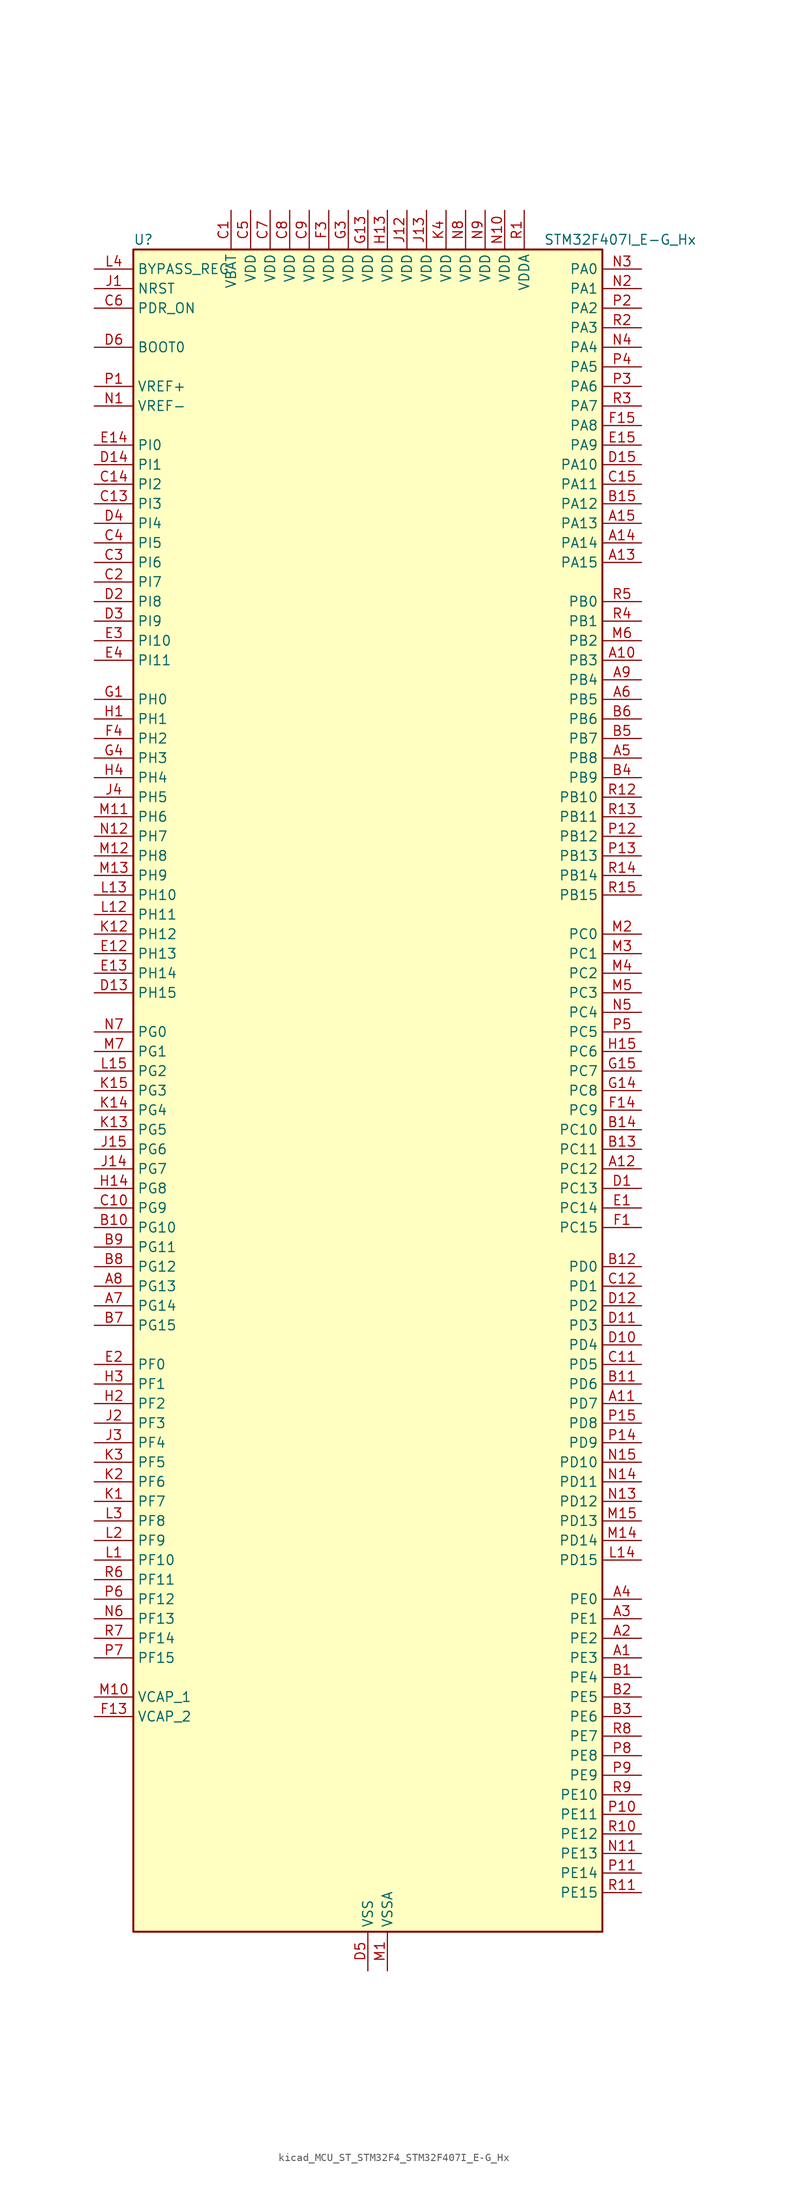
<source format=kicad_sym>
(kicad_symbol_lib
  (version 20220914)
  (generator kicad_symbol_editor)
  (symbol "kicad_MCU_ST_STM32F4_STM32F407I_E-G_Hx"
    (property "Reference" "U"
      (at -30.48 110.49 0)
      (effects (font (size 1.27 1.27)) (justify left)))
    (property "Value" "STM32F407I_E-G_Hx"
      (at 22.86 110.49 0)
      (effects (font (size 1.27 1.27)) (justify left)))
    (property "ki_locked" ""
      (at 0 0 0)
      (effects (font (size 1.27 1.27))))
    (symbol "kicad_MCU_ST_STM32F4_STM32F407I_E-G_Hx_0_1"
      (rectangle (start -30.48 -109.22) (end 30.48 109.22) (stroke (width 0.254) (type default)) (fill (type background))))
    (symbol "kicad_MCU_ST_STM32F4_STM32F407I_E-G_Hx_1_1"
      (pin bidirectional line (at 35.56 -73.66 180) (length 5.08) (name "PE3" (effects (font (size 1.27 1.27)))) (number "A1" (effects (font (size 1.27 1.27)))) (alternate "FSMC_A19" bidirectional line) (alternate "SYS_TRACED0" bidirectional line))
      (pin bidirectional line (at 35.56 55.88 180) (length 5.08) (name "PB3" (effects (font (size 1.27 1.27)))) (number "A10" (effects (font (size 1.27 1.27)))) (alternate "I2S3_CK" bidirectional line) (alternate "SPI1_SCK" bidirectional line) (alternate "SPI3_SCK" bidirectional line) (alternate "SYS_JTDO-SWO" bidirectional line) (alternate "TIM2_CH2" bidirectional line))
      (pin bidirectional line (at 35.56 -40.64 180) (length 5.08) (name "PD7" (effects (font (size 1.27 1.27)))) (number "A11" (effects (font (size 1.27 1.27)))) (alternate "FSMC_NCE2" bidirectional line) (alternate "FSMC_NE1" bidirectional line) (alternate "USART2_CK" bidirectional line))
      (pin bidirectional line (at 35.56 -10.16 180) (length 5.08) (name "PC12" (effects (font (size 1.27 1.27)))) (number "A12" (effects (font (size 1.27 1.27)))) (alternate "DCMI_D9" bidirectional line) (alternate "I2S3_SD" bidirectional line) (alternate "SDIO_CK" bidirectional line) (alternate "SPI3_MOSI" bidirectional line) (alternate "UART5_TX" bidirectional line) (alternate "USART3_CK" bidirectional line))
      (pin bidirectional line (at 35.56 68.58 180) (length 5.08) (name "PA15" (effects (font (size 1.27 1.27)))) (number "A13" (effects (font (size 1.27 1.27)))) (alternate "ADC1_EXTI15" bidirectional line) (alternate "ADC2_EXTI15" bidirectional line) (alternate "ADC3_EXTI15" bidirectional line) (alternate "I2S3_WS" bidirectional line) (alternate "SPI1_NSS" bidirectional line) (alternate "SPI3_NSS" bidirectional line) (alternate "SYS_JTDI" bidirectional line) (alternate "TIM2_CH1" bidirectional line) (alternate "TIM2_ETR" bidirectional line))
      (pin bidirectional line (at 35.56 71.12 180) (length 5.08) (name "PA14" (effects (font (size 1.27 1.27)))) (number "A14" (effects (font (size 1.27 1.27)))) (alternate "SYS_JTCK-SWCLK" bidirectional line))
      (pin bidirectional line (at 35.56 73.66 180) (length 5.08) (name "PA13" (effects (font (size 1.27 1.27)))) (number "A15" (effects (font (size 1.27 1.27)))) (alternate "SYS_JTMS-SWDIO" bidirectional line))
      (pin bidirectional line (at 35.56 -71.12 180) (length 5.08) (name "PE2" (effects (font (size 1.27 1.27)))) (number "A2" (effects (font (size 1.27 1.27)))) (alternate "ETH_TXD3" bidirectional line) (alternate "FSMC_A23" bidirectional line) (alternate "SYS_TRACECLK" bidirectional line))
      (pin bidirectional line (at 35.56 -68.58 180) (length 5.08) (name "PE1" (effects (font (size 1.27 1.27)))) (number "A3" (effects (font (size 1.27 1.27)))) (alternate "DCMI_D3" bidirectional line) (alternate "FSMC_NBL1" bidirectional line))
      (pin bidirectional line (at 35.56 -66.04 180) (length 5.08) (name "PE0" (effects (font (size 1.27 1.27)))) (number "A4" (effects (font (size 1.27 1.27)))) (alternate "DCMI_D2" bidirectional line) (alternate "FSMC_NBL0" bidirectional line) (alternate "TIM4_ETR" bidirectional line))
      (pin bidirectional line (at 35.56 43.18 180) (length 5.08) (name "PB8" (effects (font (size 1.27 1.27)))) (number "A5" (effects (font (size 1.27 1.27)))) (alternate "CAN1_RX" bidirectional line) (alternate "DCMI_D6" bidirectional line) (alternate "ETH_TXD3" bidirectional line) (alternate "I2C1_SCL" bidirectional line) (alternate "SDIO_D4" bidirectional line) (alternate "TIM10_CH1" bidirectional line) (alternate "TIM4_CH3" bidirectional line))
      (pin bidirectional line (at 35.56 50.8 180) (length 5.08) (name "PB5" (effects (font (size 1.27 1.27)))) (number "A6" (effects (font (size 1.27 1.27)))) (alternate "CAN2_RX" bidirectional line) (alternate "DCMI_D10" bidirectional line) (alternate "ETH_PPS_OUT" bidirectional line) (alternate "I2C1_SMBA" bidirectional line) (alternate "I2S3_SD" bidirectional line) (alternate "SPI1_MOSI" bidirectional line) (alternate "SPI3_MOSI" bidirectional line) (alternate "TIM3_CH2" bidirectional line) (alternate "USB_OTG_HS_ULPI_D7" bidirectional line))
      (pin bidirectional line (at -35.56 -27.94 0) (length 5.08) (name "PG14" (effects (font (size 1.27 1.27)))) (number "A7" (effects (font (size 1.27 1.27)))) (alternate "ETH_TXD1" bidirectional line) (alternate "FSMC_A25" bidirectional line) (alternate "USART6_TX" bidirectional line))
      (pin bidirectional line (at -35.56 -25.4 0) (length 5.08) (name "PG13" (effects (font (size 1.27 1.27)))) (number "A8" (effects (font (size 1.27 1.27)))) (alternate "ETH_TXD0" bidirectional line) (alternate "FSMC_A24" bidirectional line) (alternate "USART6_CTS" bidirectional line))
      (pin bidirectional line (at 35.56 53.34 180) (length 5.08) (name "PB4" (effects (font (size 1.27 1.27)))) (number "A9" (effects (font (size 1.27 1.27)))) (alternate "I2S3_ext_SD" bidirectional line) (alternate "SPI1_MISO" bidirectional line) (alternate "SPI3_MISO" bidirectional line) (alternate "SYS_JTRST" bidirectional line) (alternate "TIM3_CH1" bidirectional line))
      (pin bidirectional line (at 35.56 -76.2 180) (length 5.08) (name "PE4" (effects (font (size 1.27 1.27)))) (number "B1" (effects (font (size 1.27 1.27)))) (alternate "DCMI_D4" bidirectional line) (alternate "FSMC_A20" bidirectional line) (alternate "SYS_TRACED1" bidirectional line))
      (pin bidirectional line (at -35.56 -17.78 0) (length 5.08) (name "PG10" (effects (font (size 1.27 1.27)))) (number "B10" (effects (font (size 1.27 1.27)))) (alternate "FSMC_NCE4_1" bidirectional line) (alternate "FSMC_NE3" bidirectional line))
      (pin bidirectional line (at 35.56 -38.1 180) (length 5.08) (name "PD6" (effects (font (size 1.27 1.27)))) (number "B11" (effects (font (size 1.27 1.27)))) (alternate "FSMC_NWAIT" bidirectional line) (alternate "USART2_RX" bidirectional line))
      (pin bidirectional line (at 35.56 -22.86 180) (length 5.08) (name "PD0" (effects (font (size 1.27 1.27)))) (number "B12" (effects (font (size 1.27 1.27)))) (alternate "CAN1_RX" bidirectional line) (alternate "FSMC_D2" bidirectional line) (alternate "FSMC_DA2" bidirectional line))
      (pin bidirectional line (at 35.56 -7.62 180) (length 5.08) (name "PC11" (effects (font (size 1.27 1.27)))) (number "B13" (effects (font (size 1.27 1.27)))) (alternate "ADC1_EXTI11" bidirectional line) (alternate "ADC2_EXTI11" bidirectional line) (alternate "ADC3_EXTI11" bidirectional line) (alternate "DCMI_D4" bidirectional line) (alternate "I2S3_ext_SD" bidirectional line) (alternate "SDIO_D3" bidirectional line) (alternate "SPI3_MISO" bidirectional line) (alternate "UART4_RX" bidirectional line) (alternate "USART3_RX" bidirectional line))
      (pin bidirectional line (at 35.56 -5.08 180) (length 5.08) (name "PC10" (effects (font (size 1.27 1.27)))) (number "B14" (effects (font (size 1.27 1.27)))) (alternate "DCMI_D8" bidirectional line) (alternate "I2S3_CK" bidirectional line) (alternate "SDIO_D2" bidirectional line) (alternate "SPI3_SCK" bidirectional line) (alternate "UART4_TX" bidirectional line) (alternate "USART3_TX" bidirectional line))
      (pin bidirectional line (at 35.56 76.2 180) (length 5.08) (name "PA12" (effects (font (size 1.27 1.27)))) (number "B15" (effects (font (size 1.27 1.27)))) (alternate "CAN1_TX" bidirectional line) (alternate "TIM1_ETR" bidirectional line) (alternate "USART1_RTS" bidirectional line) (alternate "USB_OTG_FS_DP" bidirectional line))
      (pin bidirectional line (at 35.56 -78.74 180) (length 5.08) (name "PE5" (effects (font (size 1.27 1.27)))) (number "B2" (effects (font (size 1.27 1.27)))) (alternate "DCMI_D6" bidirectional line) (alternate "FSMC_A21" bidirectional line) (alternate "SYS_TRACED2" bidirectional line) (alternate "TIM9_CH1" bidirectional line))
      (pin bidirectional line (at 35.56 -81.28 180) (length 5.08) (name "PE6" (effects (font (size 1.27 1.27)))) (number "B3" (effects (font (size 1.27 1.27)))) (alternate "DCMI_D7" bidirectional line) (alternate "FSMC_A22" bidirectional line) (alternate "SYS_TRACED3" bidirectional line) (alternate "TIM9_CH2" bidirectional line))
      (pin bidirectional line (at 35.56 40.64 180) (length 5.08) (name "PB9" (effects (font (size 1.27 1.27)))) (number "B4" (effects (font (size 1.27 1.27)))) (alternate "CAN1_TX" bidirectional line) (alternate "DAC_EXTI9" bidirectional line) (alternate "DCMI_D7" bidirectional line) (alternate "I2C1_SDA" bidirectional line) (alternate "I2S2_WS" bidirectional line) (alternate "SDIO_D5" bidirectional line) (alternate "SPI2_NSS" bidirectional line) (alternate "TIM11_CH1" bidirectional line) (alternate "TIM4_CH4" bidirectional line))
      (pin bidirectional line (at 35.56 45.72 180) (length 5.08) (name "PB7" (effects (font (size 1.27 1.27)))) (number "B5" (effects (font (size 1.27 1.27)))) (alternate "DCMI_VSYNC" bidirectional line) (alternate "FSMC_NL" bidirectional line) (alternate "I2C1_SDA" bidirectional line) (alternate "TIM4_CH2" bidirectional line) (alternate "USART1_RX" bidirectional line))
      (pin bidirectional line (at 35.56 48.26 180) (length 5.08) (name "PB6" (effects (font (size 1.27 1.27)))) (number "B6" (effects (font (size 1.27 1.27)))) (alternate "CAN2_TX" bidirectional line) (alternate "DCMI_D5" bidirectional line) (alternate "I2C1_SCL" bidirectional line) (alternate "TIM4_CH1" bidirectional line) (alternate "USART1_TX" bidirectional line))
      (pin bidirectional line (at -35.56 -30.48 0) (length 5.08) (name "PG15" (effects (font (size 1.27 1.27)))) (number "B7" (effects (font (size 1.27 1.27)))) (alternate "ADC1_EXTI15" bidirectional line) (alternate "ADC2_EXTI15" bidirectional line) (alternate "ADC3_EXTI15" bidirectional line) (alternate "DCMI_D13" bidirectional line) (alternate "USART6_CTS" bidirectional line))
      (pin bidirectional line (at -35.56 -22.86 0) (length 5.08) (name "PG12" (effects (font (size 1.27 1.27)))) (number "B8" (effects (font (size 1.27 1.27)))) (alternate "FSMC_NE4" bidirectional line) (alternate "USART6_RTS" bidirectional line))
      (pin bidirectional line (at -35.56 -20.32 0) (length 5.08) (name "PG11" (effects (font (size 1.27 1.27)))) (number "B9" (effects (font (size 1.27 1.27)))) (alternate "ADC1_EXTI11" bidirectional line) (alternate "ADC2_EXTI11" bidirectional line) (alternate "ADC3_EXTI11" bidirectional line) (alternate "ETH_TX_EN" bidirectional line) (alternate "FSMC_NCE4_2" bidirectional line))
      (pin power_in line (at -17.78 114.3 270) (length 5.08) (name "VBAT" (effects (font (size 1.27 1.27)))) (number "C1" (effects (font (size 1.27 1.27)))))
      (pin bidirectional line (at -35.56 -15.24 0) (length 5.08) (name "PG9" (effects (font (size 1.27 1.27)))) (number "C10" (effects (font (size 1.27 1.27)))) (alternate "DAC_EXTI9" bidirectional line) (alternate "FSMC_NCE3" bidirectional line) (alternate "FSMC_NE2" bidirectional line) (alternate "USART6_RX" bidirectional line))
      (pin bidirectional line (at 35.56 -35.56 180) (length 5.08) (name "PD5" (effects (font (size 1.27 1.27)))) (number "C11" (effects (font (size 1.27 1.27)))) (alternate "FSMC_NWE" bidirectional line) (alternate "USART2_TX" bidirectional line))
      (pin bidirectional line (at 35.56 -25.4 180) (length 5.08) (name "PD1" (effects (font (size 1.27 1.27)))) (number "C12" (effects (font (size 1.27 1.27)))) (alternate "CAN1_TX" bidirectional line) (alternate "FSMC_D3" bidirectional line) (alternate "FSMC_DA3" bidirectional line))
      (pin bidirectional line (at -35.56 76.2 0) (length 5.08) (name "PI3" (effects (font (size 1.27 1.27)))) (number "C13" (effects (font (size 1.27 1.27)))) (alternate "DCMI_D10" bidirectional line) (alternate "I2S2_SD" bidirectional line) (alternate "SPI2_MOSI" bidirectional line) (alternate "TIM8_ETR" bidirectional line))
      (pin bidirectional line (at -35.56 78.74 0) (length 5.08) (name "PI2" (effects (font (size 1.27 1.27)))) (number "C14" (effects (font (size 1.27 1.27)))) (alternate "DCMI_D9" bidirectional line) (alternate "I2S2_ext_SD" bidirectional line) (alternate "SPI2_MISO" bidirectional line) (alternate "TIM8_CH4" bidirectional line))
      (pin bidirectional line (at 35.56 78.74 180) (length 5.08) (name "PA11" (effects (font (size 1.27 1.27)))) (number "C15" (effects (font (size 1.27 1.27)))) (alternate "ADC1_EXTI11" bidirectional line) (alternate "ADC2_EXTI11" bidirectional line) (alternate "ADC3_EXTI11" bidirectional line) (alternate "CAN1_RX" bidirectional line) (alternate "TIM1_CH4" bidirectional line) (alternate "USART1_CTS" bidirectional line) (alternate "USB_OTG_FS_DM" bidirectional line))
      (pin bidirectional line (at -35.56 66.04 0) (length 5.08) (name "PI7" (effects (font (size 1.27 1.27)))) (number "C2" (effects (font (size 1.27 1.27)))) (alternate "DCMI_D7" bidirectional line) (alternate "TIM8_CH3" bidirectional line))
      (pin bidirectional line (at -35.56 68.58 0) (length 5.08) (name "PI6" (effects (font (size 1.27 1.27)))) (number "C3" (effects (font (size 1.27 1.27)))) (alternate "DCMI_D6" bidirectional line) (alternate "TIM8_CH2" bidirectional line))
      (pin bidirectional line (at -35.56 71.12 0) (length 5.08) (name "PI5" (effects (font (size 1.27 1.27)))) (number "C4" (effects (font (size 1.27 1.27)))) (alternate "DCMI_VSYNC" bidirectional line) (alternate "TIM8_CH1" bidirectional line))
      (pin power_in line (at -15.24 114.3 270) (length 5.08) (name "VDD" (effects (font (size 1.27 1.27)))) (number "C5" (effects (font (size 1.27 1.27)))))
      (pin input line (at -35.56 101.6 0) (length 5.08) (name "PDR_ON" (effects (font (size 1.27 1.27)))) (number "C6" (effects (font (size 1.27 1.27)))))
      (pin power_in line (at -12.7 114.3 270) (length 5.08) (name "VDD" (effects (font (size 1.27 1.27)))) (number "C7" (effects (font (size 1.27 1.27)))))
      (pin power_in line (at -10.16 114.3 270) (length 5.08) (name "VDD" (effects (font (size 1.27 1.27)))) (number "C8" (effects (font (size 1.27 1.27)))))
      (pin power_in line (at -7.62 114.3 270) (length 5.08) (name "VDD" (effects (font (size 1.27 1.27)))) (number "C9" (effects (font (size 1.27 1.27)))))
      (pin bidirectional line (at 35.56 -12.7 180) (length 5.08) (name "PC13" (effects (font (size 1.27 1.27)))) (number "D1" (effects (font (size 1.27 1.27)))) (alternate "RTC_AF1" bidirectional line))
      (pin bidirectional line (at 35.56 -33.02 180) (length 5.08) (name "PD4" (effects (font (size 1.27 1.27)))) (number "D10" (effects (font (size 1.27 1.27)))) (alternate "FSMC_NOE" bidirectional line) (alternate "USART2_RTS" bidirectional line))
      (pin bidirectional line (at 35.56 -30.48 180) (length 5.08) (name "PD3" (effects (font (size 1.27 1.27)))) (number "D11" (effects (font (size 1.27 1.27)))) (alternate "FSMC_CLK" bidirectional line) (alternate "USART2_CTS" bidirectional line))
      (pin bidirectional line (at 35.56 -27.94 180) (length 5.08) (name "PD2" (effects (font (size 1.27 1.27)))) (number "D12" (effects (font (size 1.27 1.27)))) (alternate "DCMI_D11" bidirectional line) (alternate "SDIO_CMD" bidirectional line) (alternate "TIM3_ETR" bidirectional line) (alternate "UART5_RX" bidirectional line))
      (pin bidirectional line (at -35.56 12.7 0) (length 5.08) (name "PH15" (effects (font (size 1.27 1.27)))) (number "D13" (effects (font (size 1.27 1.27)))) (alternate "ADC1_EXTI15" bidirectional line) (alternate "ADC2_EXTI15" bidirectional line) (alternate "ADC3_EXTI15" bidirectional line) (alternate "DCMI_D11" bidirectional line) (alternate "TIM8_CH3N" bidirectional line))
      (pin bidirectional line (at -35.56 81.28 0) (length 5.08) (name "PI1" (effects (font (size 1.27 1.27)))) (number "D14" (effects (font (size 1.27 1.27)))) (alternate "DCMI_D8" bidirectional line) (alternate "I2S2_CK" bidirectional line) (alternate "SPI2_SCK" bidirectional line))
      (pin bidirectional line (at 35.56 81.28 180) (length 5.08) (name "PA10" (effects (font (size 1.27 1.27)))) (number "D15" (effects (font (size 1.27 1.27)))) (alternate "DCMI_D1" bidirectional line) (alternate "TIM1_CH3" bidirectional line) (alternate "USART1_RX" bidirectional line) (alternate "USB_OTG_FS_ID" bidirectional line))
      (pin bidirectional line (at -35.56 63.5 0) (length 5.08) (name "PI8" (effects (font (size 1.27 1.27)))) (number "D2" (effects (font (size 1.27 1.27)))) (alternate "RTC_AF2" bidirectional line))
      (pin bidirectional line (at -35.56 60.96 0) (length 5.08) (name "PI9" (effects (font (size 1.27 1.27)))) (number "D3" (effects (font (size 1.27 1.27)))) (alternate "CAN1_RX" bidirectional line) (alternate "DAC_EXTI9" bidirectional line))
      (pin bidirectional line (at -35.56 73.66 0) (length 5.08) (name "PI4" (effects (font (size 1.27 1.27)))) (number "D4" (effects (font (size 1.27 1.27)))) (alternate "DCMI_D5" bidirectional line) (alternate "TIM8_BKIN" bidirectional line))
      (pin power_in line (at 0 -114.3 90) (length 5.08) (name "VSS" (effects (font (size 1.27 1.27)))) (number "D5" (effects (font (size 1.27 1.27)))))
      (pin input line (at -35.56 96.52 0) (length 5.08) (name "BOOT0" (effects (font (size 1.27 1.27)))) (number "D6" (effects (font (size 1.27 1.27)))))
      (pin passive line (at 0 -114.3 90) (length 5.08) hide (name "VSS" (effects (font (size 1.27 1.27)))) (number "D7" (effects (font (size 1.27 1.27)))))
      (pin passive line (at 0 -114.3 90) (length 5.08) hide (name "VSS" (effects (font (size 1.27 1.27)))) (number "D8" (effects (font (size 1.27 1.27)))))
      (pin passive line (at 0 -114.3 90) (length 5.08) hide (name "VSS" (effects (font (size 1.27 1.27)))) (number "D9" (effects (font (size 1.27 1.27)))))
      (pin bidirectional line (at 35.56 -15.24 180) (length 5.08) (name "PC14" (effects (font (size 1.27 1.27)))) (number "E1" (effects (font (size 1.27 1.27)))) (alternate "RCC_OSC32_IN" bidirectional line))
      (pin bidirectional line (at -35.56 17.78 0) (length 5.08) (name "PH13" (effects (font (size 1.27 1.27)))) (number "E12" (effects (font (size 1.27 1.27)))) (alternate "CAN1_TX" bidirectional line) (alternate "TIM8_CH1N" bidirectional line))
      (pin bidirectional line (at -35.56 15.24 0) (length 5.08) (name "PH14" (effects (font (size 1.27 1.27)))) (number "E13" (effects (font (size 1.27 1.27)))) (alternate "DCMI_D4" bidirectional line) (alternate "TIM8_CH2N" bidirectional line))
      (pin bidirectional line (at -35.56 83.82 0) (length 5.08) (name "PI0" (effects (font (size 1.27 1.27)))) (number "E14" (effects (font (size 1.27 1.27)))) (alternate "DCMI_D13" bidirectional line) (alternate "I2S2_WS" bidirectional line) (alternate "SPI2_NSS" bidirectional line) (alternate "TIM5_CH4" bidirectional line))
      (pin bidirectional line (at 35.56 83.82 180) (length 5.08) (name "PA9" (effects (font (size 1.27 1.27)))) (number "E15" (effects (font (size 1.27 1.27)))) (alternate "DAC_EXTI9" bidirectional line) (alternate "DCMI_D0" bidirectional line) (alternate "I2C3_SMBA" bidirectional line) (alternate "TIM1_CH2" bidirectional line) (alternate "USART1_TX" bidirectional line) (alternate "USB_OTG_FS_VBUS" bidirectional line))
      (pin bidirectional line (at -35.56 -35.56 0) (length 5.08) (name "PF0" (effects (font (size 1.27 1.27)))) (number "E2" (effects (font (size 1.27 1.27)))) (alternate "FSMC_A0" bidirectional line) (alternate "I2C2_SDA" bidirectional line))
      (pin bidirectional line (at -35.56 58.42 0) (length 5.08) (name "PI10" (effects (font (size 1.27 1.27)))) (number "E3" (effects (font (size 1.27 1.27)))) (alternate "ETH_RX_ER" bidirectional line))
      (pin bidirectional line (at -35.56 55.88 0) (length 5.08) (name "PI11" (effects (font (size 1.27 1.27)))) (number "E4" (effects (font (size 1.27 1.27)))) (alternate "ADC1_EXTI11" bidirectional line) (alternate "ADC2_EXTI11" bidirectional line) (alternate "ADC3_EXTI11" bidirectional line) (alternate "USB_OTG_HS_ULPI_DIR" bidirectional line))
      (pin bidirectional line (at 35.56 -17.78 180) (length 5.08) (name "PC15" (effects (font (size 1.27 1.27)))) (number "F1" (effects (font (size 1.27 1.27)))) (alternate "ADC1_EXTI15" bidirectional line) (alternate "ADC2_EXTI15" bidirectional line) (alternate "ADC3_EXTI15" bidirectional line) (alternate "RCC_OSC32_OUT" bidirectional line))
      (pin passive line (at 0 -114.3 90) (length 5.08) hide (name "VSS" (effects (font (size 1.27 1.27)))) (number "F10" (effects (font (size 1.27 1.27)))))
      (pin passive line (at 0 -114.3 90) (length 5.08) hide (name "VSS" (effects (font (size 1.27 1.27)))) (number "F12" (effects (font (size 1.27 1.27)))))
      (pin power_out line (at -35.56 -81.28 0) (length 5.08) (name "VCAP_2" (effects (font (size 1.27 1.27)))) (number "F13" (effects (font (size 1.27 1.27)))))
      (pin bidirectional line (at 35.56 -2.54 180) (length 5.08) (name "PC9" (effects (font (size 1.27 1.27)))) (number "F14" (effects (font (size 1.27 1.27)))) (alternate "DAC_EXTI9" bidirectional line) (alternate "DCMI_D3" bidirectional line) (alternate "I2C3_SDA" bidirectional line) (alternate "I2S_CKIN" bidirectional line) (alternate "RCC_MCO_2" bidirectional line) (alternate "SDIO_D1" bidirectional line) (alternate "TIM3_CH4" bidirectional line) (alternate "TIM8_CH4" bidirectional line))
      (pin bidirectional line (at 35.56 86.36 180) (length 5.08) (name "PA8" (effects (font (size 1.27 1.27)))) (number "F15" (effects (font (size 1.27 1.27)))) (alternate "I2C3_SCL" bidirectional line) (alternate "RCC_MCO_1" bidirectional line) (alternate "TIM1_CH1" bidirectional line) (alternate "USART1_CK" bidirectional line) (alternate "USB_OTG_FS_SOF" bidirectional line))
      (pin passive line (at 0 -114.3 90) (length 5.08) hide (name "VSS" (effects (font (size 1.27 1.27)))) (number "F2" (effects (font (size 1.27 1.27)))))
      (pin power_in line (at -5.08 114.3 270) (length 5.08) (name "VDD" (effects (font (size 1.27 1.27)))) (number "F3" (effects (font (size 1.27 1.27)))))
      (pin bidirectional line (at -35.56 45.72 0) (length 5.08) (name "PH2" (effects (font (size 1.27 1.27)))) (number "F4" (effects (font (size 1.27 1.27)))) (alternate "ETH_CRS" bidirectional line))
      (pin passive line (at 0 -114.3 90) (length 5.08) hide (name "VSS" (effects (font (size 1.27 1.27)))) (number "F6" (effects (font (size 1.27 1.27)))))
      (pin passive line (at 0 -114.3 90) (length 5.08) hide (name "VSS" (effects (font (size 1.27 1.27)))) (number "F7" (effects (font (size 1.27 1.27)))))
      (pin passive line (at 0 -114.3 90) (length 5.08) hide (name "VSS" (effects (font (size 1.27 1.27)))) (number "F8" (effects (font (size 1.27 1.27)))))
      (pin passive line (at 0 -114.3 90) (length 5.08) hide (name "VSS" (effects (font (size 1.27 1.27)))) (number "F9" (effects (font (size 1.27 1.27)))))
      (pin bidirectional line (at -35.56 50.8 0) (length 5.08) (name "PH0" (effects (font (size 1.27 1.27)))) (number "G1" (effects (font (size 1.27 1.27)))) (alternate "RCC_OSC_IN" bidirectional line))
      (pin passive line (at 0 -114.3 90) (length 5.08) hide (name "VSS" (effects (font (size 1.27 1.27)))) (number "G10" (effects (font (size 1.27 1.27)))))
      (pin passive line (at 0 -114.3 90) (length 5.08) hide (name "VSS" (effects (font (size 1.27 1.27)))) (number "G12" (effects (font (size 1.27 1.27)))))
      (pin power_in line (at 0 114.3 270) (length 5.08) (name "VDD" (effects (font (size 1.27 1.27)))) (number "G13" (effects (font (size 1.27 1.27)))))
      (pin bidirectional line (at 35.56 0 180) (length 5.08) (name "PC8" (effects (font (size 1.27 1.27)))) (number "G14" (effects (font (size 1.27 1.27)))) (alternate "DCMI_D2" bidirectional line) (alternate "SDIO_D0" bidirectional line) (alternate "TIM3_CH3" bidirectional line) (alternate "TIM8_CH3" bidirectional line) (alternate "USART6_CK" bidirectional line))
      (pin bidirectional line (at 35.56 2.54 180) (length 5.08) (name "PC7" (effects (font (size 1.27 1.27)))) (number "G15" (effects (font (size 1.27 1.27)))) (alternate "DCMI_D1" bidirectional line) (alternate "I2S3_MCK" bidirectional line) (alternate "SDIO_D7" bidirectional line) (alternate "TIM3_CH2" bidirectional line) (alternate "TIM8_CH2" bidirectional line) (alternate "USART6_RX" bidirectional line))
      (pin passive line (at 0 -114.3 90) (length 5.08) hide (name "VSS" (effects (font (size 1.27 1.27)))) (number "G2" (effects (font (size 1.27 1.27)))))
      (pin power_in line (at -2.54 114.3 270) (length 5.08) (name "VDD" (effects (font (size 1.27 1.27)))) (number "G3" (effects (font (size 1.27 1.27)))))
      (pin bidirectional line (at -35.56 43.18 0) (length 5.08) (name "PH3" (effects (font (size 1.27 1.27)))) (number "G4" (effects (font (size 1.27 1.27)))) (alternate "ETH_COL" bidirectional line))
      (pin passive line (at 0 -114.3 90) (length 5.08) hide (name "VSS" (effects (font (size 1.27 1.27)))) (number "G6" (effects (font (size 1.27 1.27)))))
      (pin passive line (at 0 -114.3 90) (length 5.08) hide (name "VSS" (effects (font (size 1.27 1.27)))) (number "G7" (effects (font (size 1.27 1.27)))))
      (pin passive line (at 0 -114.3 90) (length 5.08) hide (name "VSS" (effects (font (size 1.27 1.27)))) (number "G8" (effects (font (size 1.27 1.27)))))
      (pin passive line (at 0 -114.3 90) (length 5.08) hide (name "VSS" (effects (font (size 1.27 1.27)))) (number "G9" (effects (font (size 1.27 1.27)))))
      (pin bidirectional line (at -35.56 48.26 0) (length 5.08) (name "PH1" (effects (font (size 1.27 1.27)))) (number "H1" (effects (font (size 1.27 1.27)))) (alternate "RCC_OSC_OUT" bidirectional line))
      (pin passive line (at 0 -114.3 90) (length 5.08) hide (name "VSS" (effects (font (size 1.27 1.27)))) (number "H10" (effects (font (size 1.27 1.27)))))
      (pin passive line (at 0 -114.3 90) (length 5.08) hide (name "VSS" (effects (font (size 1.27 1.27)))) (number "H12" (effects (font (size 1.27 1.27)))))
      (pin power_in line (at 2.54 114.3 270) (length 5.08) (name "VDD" (effects (font (size 1.27 1.27)))) (number "H13" (effects (font (size 1.27 1.27)))))
      (pin bidirectional line (at -35.56 -12.7 0) (length 5.08) (name "PG8" (effects (font (size 1.27 1.27)))) (number "H14" (effects (font (size 1.27 1.27)))) (alternate "ETH_PPS_OUT" bidirectional line) (alternate "USART6_RTS" bidirectional line))
      (pin bidirectional line (at 35.56 5.08 180) (length 5.08) (name "PC6" (effects (font (size 1.27 1.27)))) (number "H15" (effects (font (size 1.27 1.27)))) (alternate "DCMI_D0" bidirectional line) (alternate "I2S2_MCK" bidirectional line) (alternate "SDIO_D6" bidirectional line) (alternate "TIM3_CH1" bidirectional line) (alternate "TIM8_CH1" bidirectional line) (alternate "USART6_TX" bidirectional line))
      (pin bidirectional line (at -35.56 -40.64 0) (length 5.08) (name "PF2" (effects (font (size 1.27 1.27)))) (number "H2" (effects (font (size 1.27 1.27)))) (alternate "FSMC_A2" bidirectional line) (alternate "I2C2_SMBA" bidirectional line))
      (pin bidirectional line (at -35.56 -38.1 0) (length 5.08) (name "PF1" (effects (font (size 1.27 1.27)))) (number "H3" (effects (font (size 1.27 1.27)))) (alternate "FSMC_A1" bidirectional line) (alternate "I2C2_SCL" bidirectional line))
      (pin bidirectional line (at -35.56 40.64 0) (length 5.08) (name "PH4" (effects (font (size 1.27 1.27)))) (number "H4" (effects (font (size 1.27 1.27)))) (alternate "I2C2_SCL" bidirectional line) (alternate "USB_OTG_HS_ULPI_NXT" bidirectional line))
      (pin passive line (at 0 -114.3 90) (length 5.08) hide (name "VSS" (effects (font (size 1.27 1.27)))) (number "H6" (effects (font (size 1.27 1.27)))))
      (pin passive line (at 0 -114.3 90) (length 5.08) hide (name "VSS" (effects (font (size 1.27 1.27)))) (number "H7" (effects (font (size 1.27 1.27)))))
      (pin passive line (at 0 -114.3 90) (length 5.08) hide (name "VSS" (effects (font (size 1.27 1.27)))) (number "H8" (effects (font (size 1.27 1.27)))))
      (pin passive line (at 0 -114.3 90) (length 5.08) hide (name "VSS" (effects (font (size 1.27 1.27)))) (number "H9" (effects (font (size 1.27 1.27)))))
      (pin input line (at -35.56 104.14 0) (length 5.08) (name "NRST" (effects (font (size 1.27 1.27)))) (number "J1" (effects (font (size 1.27 1.27)))))
      (pin passive line (at 0 -114.3 90) (length 5.08) hide (name "VSS" (effects (font (size 1.27 1.27)))) (number "J10" (effects (font (size 1.27 1.27)))))
      (pin power_in line (at 5.08 114.3 270) (length 5.08) (name "VDD" (effects (font (size 1.27 1.27)))) (number "J12" (effects (font (size 1.27 1.27)))))
      (pin power_in line (at 7.62 114.3 270) (length 5.08) (name "VDD" (effects (font (size 1.27 1.27)))) (number "J13" (effects (font (size 1.27 1.27)))))
      (pin bidirectional line (at -35.56 -10.16 0) (length 5.08) (name "PG7" (effects (font (size 1.27 1.27)))) (number "J14" (effects (font (size 1.27 1.27)))) (alternate "FSMC_INT3" bidirectional line) (alternate "USART6_CK" bidirectional line))
      (pin bidirectional line (at -35.56 -7.62 0) (length 5.08) (name "PG6" (effects (font (size 1.27 1.27)))) (number "J15" (effects (font (size 1.27 1.27)))) (alternate "FSMC_INT2" bidirectional line))
      (pin bidirectional line (at -35.56 -43.18 0) (length 5.08) (name "PF3" (effects (font (size 1.27 1.27)))) (number "J2" (effects (font (size 1.27 1.27)))) (alternate "ADC3_IN9" bidirectional line) (alternate "FSMC_A3" bidirectional line))
      (pin bidirectional line (at -35.56 -45.72 0) (length 5.08) (name "PF4" (effects (font (size 1.27 1.27)))) (number "J3" (effects (font (size 1.27 1.27)))) (alternate "ADC3_IN14" bidirectional line) (alternate "FSMC_A4" bidirectional line))
      (pin bidirectional line (at -35.56 38.1 0) (length 5.08) (name "PH5" (effects (font (size 1.27 1.27)))) (number "J4" (effects (font (size 1.27 1.27)))) (alternate "I2C2_SDA" bidirectional line))
      (pin passive line (at 0 -114.3 90) (length 5.08) hide (name "VSS" (effects (font (size 1.27 1.27)))) (number "J6" (effects (font (size 1.27 1.27)))))
      (pin passive line (at 0 -114.3 90) (length 5.08) hide (name "VSS" (effects (font (size 1.27 1.27)))) (number "J7" (effects (font (size 1.27 1.27)))))
      (pin passive line (at 0 -114.3 90) (length 5.08) hide (name "VSS" (effects (font (size 1.27 1.27)))) (number "J8" (effects (font (size 1.27 1.27)))))
      (pin passive line (at 0 -114.3 90) (length 5.08) hide (name "VSS" (effects (font (size 1.27 1.27)))) (number "J9" (effects (font (size 1.27 1.27)))))
      (pin bidirectional line (at -35.56 -53.34 0) (length 5.08) (name "PF7" (effects (font (size 1.27 1.27)))) (number "K1" (effects (font (size 1.27 1.27)))) (alternate "ADC3_IN5" bidirectional line) (alternate "FSMC_NREG" bidirectional line) (alternate "TIM11_CH1" bidirectional line))
      (pin passive line (at 0 -114.3 90) (length 5.08) hide (name "VSS" (effects (font (size 1.27 1.27)))) (number "K10" (effects (font (size 1.27 1.27)))))
      (pin bidirectional line (at -35.56 20.32 0) (length 5.08) (name "PH12" (effects (font (size 1.27 1.27)))) (number "K12" (effects (font (size 1.27 1.27)))) (alternate "DCMI_D3" bidirectional line) (alternate "TIM5_CH3" bidirectional line))
      (pin bidirectional line (at -35.56 -5.08 0) (length 5.08) (name "PG5" (effects (font (size 1.27 1.27)))) (number "K13" (effects (font (size 1.27 1.27)))) (alternate "FSMC_A15" bidirectional line))
      (pin bidirectional line (at -35.56 -2.54 0) (length 5.08) (name "PG4" (effects (font (size 1.27 1.27)))) (number "K14" (effects (font (size 1.27 1.27)))) (alternate "FSMC_A14" bidirectional line))
      (pin bidirectional line (at -35.56 0 0) (length 5.08) (name "PG3" (effects (font (size 1.27 1.27)))) (number "K15" (effects (font (size 1.27 1.27)))) (alternate "FSMC_A13" bidirectional line))
      (pin bidirectional line (at -35.56 -50.8 0) (length 5.08) (name "PF6" (effects (font (size 1.27 1.27)))) (number "K2" (effects (font (size 1.27 1.27)))) (alternate "ADC3_IN4" bidirectional line) (alternate "FSMC_NIORD" bidirectional line) (alternate "TIM10_CH1" bidirectional line))
      (pin bidirectional line (at -35.56 -48.26 0) (length 5.08) (name "PF5" (effects (font (size 1.27 1.27)))) (number "K3" (effects (font (size 1.27 1.27)))) (alternate "ADC3_IN15" bidirectional line) (alternate "FSMC_A5" bidirectional line))
      (pin power_in line (at 10.16 114.3 270) (length 5.08) (name "VDD" (effects (font (size 1.27 1.27)))) (number "K4" (effects (font (size 1.27 1.27)))))
      (pin passive line (at 0 -114.3 90) (length 5.08) hide (name "VSS" (effects (font (size 1.27 1.27)))) (number "K6" (effects (font (size 1.27 1.27)))))
      (pin passive line (at 0 -114.3 90) (length 5.08) hide (name "VSS" (effects (font (size 1.27 1.27)))) (number "K7" (effects (font (size 1.27 1.27)))))
      (pin passive line (at 0 -114.3 90) (length 5.08) hide (name "VSS" (effects (font (size 1.27 1.27)))) (number "K8" (effects (font (size 1.27 1.27)))))
      (pin passive line (at 0 -114.3 90) (length 5.08) hide (name "VSS" (effects (font (size 1.27 1.27)))) (number "K9" (effects (font (size 1.27 1.27)))))
      (pin bidirectional line (at -35.56 -60.96 0) (length 5.08) (name "PF10" (effects (font (size 1.27 1.27)))) (number "L1" (effects (font (size 1.27 1.27)))) (alternate "ADC3_IN8" bidirectional line) (alternate "FSMC_INTR" bidirectional line))
      (pin bidirectional line (at -35.56 22.86 0) (length 5.08) (name "PH11" (effects (font (size 1.27 1.27)))) (number "L12" (effects (font (size 1.27 1.27)))) (alternate "ADC1_EXTI11" bidirectional line) (alternate "ADC2_EXTI11" bidirectional line) (alternate "ADC3_EXTI11" bidirectional line) (alternate "DCMI_D2" bidirectional line) (alternate "TIM5_CH2" bidirectional line))
      (pin bidirectional line (at -35.56 25.4 0) (length 5.08) (name "PH10" (effects (font (size 1.27 1.27)))) (number "L13" (effects (font (size 1.27 1.27)))) (alternate "DCMI_D1" bidirectional line) (alternate "TIM5_CH1" bidirectional line))
      (pin bidirectional line (at 35.56 -60.96 180) (length 5.08) (name "PD15" (effects (font (size 1.27 1.27)))) (number "L14" (effects (font (size 1.27 1.27)))) (alternate "ADC1_EXTI15" bidirectional line) (alternate "ADC2_EXTI15" bidirectional line) (alternate "ADC3_EXTI15" bidirectional line) (alternate "FSMC_D1" bidirectional line) (alternate "FSMC_DA1" bidirectional line) (alternate "TIM4_CH4" bidirectional line))
      (pin bidirectional line (at -35.56 2.54 0) (length 5.08) (name "PG2" (effects (font (size 1.27 1.27)))) (number "L15" (effects (font (size 1.27 1.27)))) (alternate "FSMC_A12" bidirectional line))
      (pin bidirectional line (at -35.56 -58.42 0) (length 5.08) (name "PF9" (effects (font (size 1.27 1.27)))) (number "L2" (effects (font (size 1.27 1.27)))) (alternate "ADC3_IN7" bidirectional line) (alternate "DAC_EXTI9" bidirectional line) (alternate "FSMC_CD" bidirectional line) (alternate "TIM14_CH1" bidirectional line))
      (pin bidirectional line (at -35.56 -55.88 0) (length 5.08) (name "PF8" (effects (font (size 1.27 1.27)))) (number "L3" (effects (font (size 1.27 1.27)))) (alternate "ADC3_IN6" bidirectional line) (alternate "FSMC_NIOWR" bidirectional line) (alternate "TIM13_CH1" bidirectional line))
      (pin input line (at -35.56 106.68 0) (length 5.08) (name "BYPASS_REG" (effects (font (size 1.27 1.27)))) (number "L4" (effects (font (size 1.27 1.27)))))
      (pin power_in line (at 2.54 -114.3 90) (length 5.08) (name "VSSA" (effects (font (size 1.27 1.27)))) (number "M1" (effects (font (size 1.27 1.27)))))
      (pin power_out line (at -35.56 -78.74 0) (length 5.08) (name "VCAP_1" (effects (font (size 1.27 1.27)))) (number "M10" (effects (font (size 1.27 1.27)))))
      (pin bidirectional line (at -35.56 35.56 0) (length 5.08) (name "PH6" (effects (font (size 1.27 1.27)))) (number "M11" (effects (font (size 1.27 1.27)))) (alternate "ETH_RXD2" bidirectional line) (alternate "I2C2_SMBA" bidirectional line) (alternate "TIM12_CH1" bidirectional line))
      (pin bidirectional line (at -35.56 30.48 0) (length 5.08) (name "PH8" (effects (font (size 1.27 1.27)))) (number "M12" (effects (font (size 1.27 1.27)))) (alternate "DCMI_HSYNC" bidirectional line) (alternate "I2C3_SDA" bidirectional line))
      (pin bidirectional line (at -35.56 27.94 0) (length 5.08) (name "PH9" (effects (font (size 1.27 1.27)))) (number "M13" (effects (font (size 1.27 1.27)))) (alternate "DAC_EXTI9" bidirectional line) (alternate "DCMI_D0" bidirectional line) (alternate "I2C3_SMBA" bidirectional line) (alternate "TIM12_CH2" bidirectional line))
      (pin bidirectional line (at 35.56 -58.42 180) (length 5.08) (name "PD14" (effects (font (size 1.27 1.27)))) (number "M14" (effects (font (size 1.27 1.27)))) (alternate "FSMC_D0" bidirectional line) (alternate "FSMC_DA0" bidirectional line) (alternate "TIM4_CH3" bidirectional line))
      (pin bidirectional line (at 35.56 -55.88 180) (length 5.08) (name "PD13" (effects (font (size 1.27 1.27)))) (number "M15" (effects (font (size 1.27 1.27)))) (alternate "FSMC_A18" bidirectional line) (alternate "TIM4_CH2" bidirectional line))
      (pin bidirectional line (at 35.56 20.32 180) (length 5.08) (name "PC0" (effects (font (size 1.27 1.27)))) (number "M2" (effects (font (size 1.27 1.27)))) (alternate "ADC1_IN10" bidirectional line) (alternate "ADC2_IN10" bidirectional line) (alternate "ADC3_IN10" bidirectional line) (alternate "USB_OTG_HS_ULPI_STP" bidirectional line))
      (pin bidirectional line (at 35.56 17.78 180) (length 5.08) (name "PC1" (effects (font (size 1.27 1.27)))) (number "M3" (effects (font (size 1.27 1.27)))) (alternate "ADC1_IN11" bidirectional line) (alternate "ADC2_IN11" bidirectional line) (alternate "ADC3_IN11" bidirectional line) (alternate "ETH_MDC" bidirectional line))
      (pin bidirectional line (at 35.56 15.24 180) (length 5.08) (name "PC2" (effects (font (size 1.27 1.27)))) (number "M4" (effects (font (size 1.27 1.27)))) (alternate "ADC1_IN12" bidirectional line) (alternate "ADC2_IN12" bidirectional line) (alternate "ADC3_IN12" bidirectional line) (alternate "ETH_TXD2" bidirectional line) (alternate "I2S2_ext_SD" bidirectional line) (alternate "SPI2_MISO" bidirectional line) (alternate "USB_OTG_HS_ULPI_DIR" bidirectional line))
      (pin bidirectional line (at 35.56 12.7 180) (length 5.08) (name "PC3" (effects (font (size 1.27 1.27)))) (number "M5" (effects (font (size 1.27 1.27)))) (alternate "ADC1_IN13" bidirectional line) (alternate "ADC2_IN13" bidirectional line) (alternate "ADC3_IN13" bidirectional line) (alternate "ETH_TX_CLK" bidirectional line) (alternate "I2S2_SD" bidirectional line) (alternate "SPI2_MOSI" bidirectional line) (alternate "USB_OTG_HS_ULPI_NXT" bidirectional line))
      (pin bidirectional line (at 35.56 58.42 180) (length 5.08) (name "PB2" (effects (font (size 1.27 1.27)))) (number "M6" (effects (font (size 1.27 1.27)))))
      (pin bidirectional line (at -35.56 5.08 0) (length 5.08) (name "PG1" (effects (font (size 1.27 1.27)))) (number "M7" (effects (font (size 1.27 1.27)))) (alternate "FSMC_A11" bidirectional line))
      (pin passive line (at 0 -114.3 90) (length 5.08) hide (name "VSS" (effects (font (size 1.27 1.27)))) (number "M8" (effects (font (size 1.27 1.27)))))
      (pin passive line (at 0 -114.3 90) (length 5.08) hide (name "VSS" (effects (font (size 1.27 1.27)))) (number "M9" (effects (font (size 1.27 1.27)))))
      (pin input line (at -35.56 88.9 0) (length 5.08) (name "VREF-" (effects (font (size 1.27 1.27)))) (number "N1" (effects (font (size 1.27 1.27)))))
      (pin power_in line (at 17.78 114.3 270) (length 5.08) (name "VDD" (effects (font (size 1.27 1.27)))) (number "N10" (effects (font (size 1.27 1.27)))))
      (pin bidirectional line (at 35.56 -99.06 180) (length 5.08) (name "PE13" (effects (font (size 1.27 1.27)))) (number "N11" (effects (font (size 1.27 1.27)))) (alternate "FSMC_D10" bidirectional line) (alternate "FSMC_DA10" bidirectional line) (alternate "TIM1_CH3" bidirectional line))
      (pin bidirectional line (at -35.56 33.02 0) (length 5.08) (name "PH7" (effects (font (size 1.27 1.27)))) (number "N12" (effects (font (size 1.27 1.27)))) (alternate "ETH_RXD3" bidirectional line) (alternate "I2C3_SCL" bidirectional line))
      (pin bidirectional line (at 35.56 -53.34 180) (length 5.08) (name "PD12" (effects (font (size 1.27 1.27)))) (number "N13" (effects (font (size 1.27 1.27)))) (alternate "FSMC_A17" bidirectional line) (alternate "FSMC_ALE" bidirectional line) (alternate "TIM4_CH1" bidirectional line) (alternate "USART3_RTS" bidirectional line))
      (pin bidirectional line (at 35.56 -50.8 180) (length 5.08) (name "PD11" (effects (font (size 1.27 1.27)))) (number "N14" (effects (font (size 1.27 1.27)))) (alternate "ADC1_EXTI11" bidirectional line) (alternate "ADC2_EXTI11" bidirectional line) (alternate "ADC3_EXTI11" bidirectional line) (alternate "FSMC_A16" bidirectional line) (alternate "FSMC_CLE" bidirectional line) (alternate "USART3_CTS" bidirectional line))
      (pin bidirectional line (at 35.56 -48.26 180) (length 5.08) (name "PD10" (effects (font (size 1.27 1.27)))) (number "N15" (effects (font (size 1.27 1.27)))) (alternate "FSMC_D15" bidirectional line) (alternate "FSMC_DA15" bidirectional line) (alternate "USART3_CK" bidirectional line))
      (pin bidirectional line (at 35.56 104.14 180) (length 5.08) (name "PA1" (effects (font (size 1.27 1.27)))) (number "N2" (effects (font (size 1.27 1.27)))) (alternate "ADC1_IN1" bidirectional line) (alternate "ADC2_IN1" bidirectional line) (alternate "ADC3_IN1" bidirectional line) (alternate "ETH_REF_CLK" bidirectional line) (alternate "ETH_RX_CLK" bidirectional line) (alternate "TIM2_CH2" bidirectional line) (alternate "TIM5_CH2" bidirectional line) (alternate "UART4_RX" bidirectional line) (alternate "USART2_RTS" bidirectional line))
      (pin bidirectional line (at 35.56 106.68 180) (length 5.08) (name "PA0" (effects (font (size 1.27 1.27)))) (number "N3" (effects (font (size 1.27 1.27)))) (alternate "ADC1_IN0" bidirectional line) (alternate "ADC2_IN0" bidirectional line) (alternate "ADC3_IN0" bidirectional line) (alternate "ETH_CRS" bidirectional line) (alternate "SYS_WKUP" bidirectional line) (alternate "TIM2_CH1" bidirectional line) (alternate "TIM2_ETR" bidirectional line) (alternate "TIM5_CH1" bidirectional line) (alternate "TIM8_ETR" bidirectional line) (alternate "UART4_TX" bidirectional line) (alternate "USART2_CTS" bidirectional line))
      (pin bidirectional line (at 35.56 96.52 180) (length 5.08) (name "PA4" (effects (font (size 1.27 1.27)))) (number "N4" (effects (font (size 1.27 1.27)))) (alternate "ADC1_IN4" bidirectional line) (alternate "ADC2_IN4" bidirectional line) (alternate "DAC_OUT1" bidirectional line) (alternate "DCMI_HSYNC" bidirectional line) (alternate "I2S3_WS" bidirectional line) (alternate "SPI1_NSS" bidirectional line) (alternate "SPI3_NSS" bidirectional line) (alternate "USART2_CK" bidirectional line) (alternate "USB_OTG_HS_SOF" bidirectional line))
      (pin bidirectional line (at 35.56 10.16 180) (length 5.08) (name "PC4" (effects (font (size 1.27 1.27)))) (number "N5" (effects (font (size 1.27 1.27)))) (alternate "ADC1_IN14" bidirectional line) (alternate "ADC2_IN14" bidirectional line) (alternate "ETH_RXD0" bidirectional line))
      (pin bidirectional line (at -35.56 -68.58 0) (length 5.08) (name "PF13" (effects (font (size 1.27 1.27)))) (number "N6" (effects (font (size 1.27 1.27)))) (alternate "FSMC_A7" bidirectional line))
      (pin bidirectional line (at -35.56 7.62 0) (length 5.08) (name "PG0" (effects (font (size 1.27 1.27)))) (number "N7" (effects (font (size 1.27 1.27)))) (alternate "FSMC_A10" bidirectional line))
      (pin power_in line (at 12.7 114.3 270) (length 5.08) (name "VDD" (effects (font (size 1.27 1.27)))) (number "N8" (effects (font (size 1.27 1.27)))))
      (pin power_in line (at 15.24 114.3 270) (length 5.08) (name "VDD" (effects (font (size 1.27 1.27)))) (number "N9" (effects (font (size 1.27 1.27)))))
      (pin input line (at -35.56 91.44 0) (length 5.08) (name "VREF+" (effects (font (size 1.27 1.27)))) (number "P1" (effects (font (size 1.27 1.27)))))
      (pin bidirectional line (at 35.56 -93.98 180) (length 5.08) (name "PE11" (effects (font (size 1.27 1.27)))) (number "P10" (effects (font (size 1.27 1.27)))) (alternate "ADC1_EXTI11" bidirectional line) (alternate "ADC2_EXTI11" bidirectional line) (alternate "ADC3_EXTI11" bidirectional line) (alternate "FSMC_D8" bidirectional line) (alternate "FSMC_DA8" bidirectional line) (alternate "TIM1_CH2" bidirectional line))
      (pin bidirectional line (at 35.56 -101.6 180) (length 5.08) (name "PE14" (effects (font (size 1.27 1.27)))) (number "P11" (effects (font (size 1.27 1.27)))) (alternate "FSMC_D11" bidirectional line) (alternate "FSMC_DA11" bidirectional line) (alternate "TIM1_CH4" bidirectional line))
      (pin bidirectional line (at 35.56 33.02 180) (length 5.08) (name "PB12" (effects (font (size 1.27 1.27)))) (number "P12" (effects (font (size 1.27 1.27)))) (alternate "CAN2_RX" bidirectional line) (alternate "ETH_TXD0" bidirectional line) (alternate "I2C2_SMBA" bidirectional line) (alternate "I2S2_WS" bidirectional line) (alternate "SPI2_NSS" bidirectional line) (alternate "TIM1_BKIN" bidirectional line) (alternate "USART3_CK" bidirectional line) (alternate "USB_OTG_HS_ID" bidirectional line) (alternate "USB_OTG_HS_ULPI_D5" bidirectional line))
      (pin bidirectional line (at 35.56 30.48 180) (length 5.08) (name "PB13" (effects (font (size 1.27 1.27)))) (number "P13" (effects (font (size 1.27 1.27)))) (alternate "CAN2_TX" bidirectional line) (alternate "ETH_TXD1" bidirectional line) (alternate "I2S2_CK" bidirectional line) (alternate "SPI2_SCK" bidirectional line) (alternate "TIM1_CH1N" bidirectional line) (alternate "USART3_CTS" bidirectional line) (alternate "USB_OTG_HS_ULPI_D6" bidirectional line) (alternate "USB_OTG_HS_VBUS" bidirectional line))
      (pin bidirectional line (at 35.56 -45.72 180) (length 5.08) (name "PD9" (effects (font (size 1.27 1.27)))) (number "P14" (effects (font (size 1.27 1.27)))) (alternate "DAC_EXTI9" bidirectional line) (alternate "FSMC_D14" bidirectional line) (alternate "FSMC_DA14" bidirectional line) (alternate "USART3_RX" bidirectional line))
      (pin bidirectional line (at 35.56 -43.18 180) (length 5.08) (name "PD8" (effects (font (size 1.27 1.27)))) (number "P15" (effects (font (size 1.27 1.27)))) (alternate "FSMC_D13" bidirectional line) (alternate "FSMC_DA13" bidirectional line) (alternate "USART3_TX" bidirectional line))
      (pin bidirectional line (at 35.56 101.6 180) (length 5.08) (name "PA2" (effects (font (size 1.27 1.27)))) (number "P2" (effects (font (size 1.27 1.27)))) (alternate "ADC1_IN2" bidirectional line) (alternate "ADC2_IN2" bidirectional line) (alternate "ADC3_IN2" bidirectional line) (alternate "ETH_MDIO" bidirectional line) (alternate "TIM2_CH3" bidirectional line) (alternate "TIM5_CH3" bidirectional line) (alternate "TIM9_CH1" bidirectional line) (alternate "USART2_TX" bidirectional line))
      (pin bidirectional line (at 35.56 91.44 180) (length 5.08) (name "PA6" (effects (font (size 1.27 1.27)))) (number "P3" (effects (font (size 1.27 1.27)))) (alternate "ADC1_IN6" bidirectional line) (alternate "ADC2_IN6" bidirectional line) (alternate "DCMI_PIXCLK" bidirectional line) (alternate "SPI1_MISO" bidirectional line) (alternate "TIM13_CH1" bidirectional line) (alternate "TIM1_BKIN" bidirectional line) (alternate "TIM3_CH1" bidirectional line) (alternate "TIM8_BKIN" bidirectional line))
      (pin bidirectional line (at 35.56 93.98 180) (length 5.08) (name "PA5" (effects (font (size 1.27 1.27)))) (number "P4" (effects (font (size 1.27 1.27)))) (alternate "ADC1_IN5" bidirectional line) (alternate "ADC2_IN5" bidirectional line) (alternate "DAC_OUT2" bidirectional line) (alternate "SPI1_SCK" bidirectional line) (alternate "TIM2_CH1" bidirectional line) (alternate "TIM2_ETR" bidirectional line) (alternate "TIM8_CH1N" bidirectional line) (alternate "USB_OTG_HS_ULPI_CK" bidirectional line))
      (pin bidirectional line (at 35.56 7.62 180) (length 5.08) (name "PC5" (effects (font (size 1.27 1.27)))) (number "P5" (effects (font (size 1.27 1.27)))) (alternate "ADC1_IN15" bidirectional line) (alternate "ADC2_IN15" bidirectional line) (alternate "ETH_RXD1" bidirectional line))
      (pin bidirectional line (at -35.56 -66.04 0) (length 5.08) (name "PF12" (effects (font (size 1.27 1.27)))) (number "P6" (effects (font (size 1.27 1.27)))) (alternate "FSMC_A6" bidirectional line))
      (pin bidirectional line (at -35.56 -73.66 0) (length 5.08) (name "PF15" (effects (font (size 1.27 1.27)))) (number "P7" (effects (font (size 1.27 1.27)))) (alternate "ADC1_EXTI15" bidirectional line) (alternate "ADC2_EXTI15" bidirectional line) (alternate "ADC3_EXTI15" bidirectional line) (alternate "FSMC_A9" bidirectional line))
      (pin bidirectional line (at 35.56 -86.36 180) (length 5.08) (name "PE8" (effects (font (size 1.27 1.27)))) (number "P8" (effects (font (size 1.27 1.27)))) (alternate "FSMC_D5" bidirectional line) (alternate "FSMC_DA5" bidirectional line) (alternate "TIM1_CH1N" bidirectional line))
      (pin bidirectional line (at 35.56 -88.9 180) (length 5.08) (name "PE9" (effects (font (size 1.27 1.27)))) (number "P9" (effects (font (size 1.27 1.27)))) (alternate "DAC_EXTI9" bidirectional line) (alternate "FSMC_D6" bidirectional line) (alternate "FSMC_DA6" bidirectional line) (alternate "TIM1_CH1" bidirectional line))
      (pin power_in line (at 20.32 114.3 270) (length 5.08) (name "VDDA" (effects (font (size 1.27 1.27)))) (number "R1" (effects (font (size 1.27 1.27)))))
      (pin bidirectional line (at 35.56 -96.52 180) (length 5.08) (name "PE12" (effects (font (size 1.27 1.27)))) (number "R10" (effects (font (size 1.27 1.27)))) (alternate "FSMC_D9" bidirectional line) (alternate "FSMC_DA9" bidirectional line) (alternate "TIM1_CH3N" bidirectional line))
      (pin bidirectional line (at 35.56 -104.14 180) (length 5.08) (name "PE15" (effects (font (size 1.27 1.27)))) (number "R11" (effects (font (size 1.27 1.27)))) (alternate "ADC1_EXTI15" bidirectional line) (alternate "ADC2_EXTI15" bidirectional line) (alternate "ADC3_EXTI15" bidirectional line) (alternate "FSMC_D12" bidirectional line) (alternate "FSMC_DA12" bidirectional line) (alternate "TIM1_BKIN" bidirectional line))
      (pin bidirectional line (at 35.56 38.1 180) (length 5.08) (name "PB10" (effects (font (size 1.27 1.27)))) (number "R12" (effects (font (size 1.27 1.27)))) (alternate "ETH_RX_ER" bidirectional line) (alternate "I2C2_SCL" bidirectional line) (alternate "I2S2_CK" bidirectional line) (alternate "SPI2_SCK" bidirectional line) (alternate "TIM2_CH3" bidirectional line) (alternate "USART3_TX" bidirectional line) (alternate "USB_OTG_HS_ULPI_D3" bidirectional line))
      (pin bidirectional line (at 35.56 35.56 180) (length 5.08) (name "PB11" (effects (font (size 1.27 1.27)))) (number "R13" (effects (font (size 1.27 1.27)))) (alternate "ADC1_EXTI11" bidirectional line) (alternate "ADC2_EXTI11" bidirectional line) (alternate "ADC3_EXTI11" bidirectional line) (alternate "ETH_TX_EN" bidirectional line) (alternate "I2C2_SDA" bidirectional line) (alternate "TIM2_CH4" bidirectional line) (alternate "USART3_RX" bidirectional line) (alternate "USB_OTG_HS_ULPI_D4" bidirectional line))
      (pin bidirectional line (at 35.56 27.94 180) (length 5.08) (name "PB14" (effects (font (size 1.27 1.27)))) (number "R14" (effects (font (size 1.27 1.27)))) (alternate "I2S2_ext_SD" bidirectional line) (alternate "SPI2_MISO" bidirectional line) (alternate "TIM12_CH1" bidirectional line) (alternate "TIM1_CH2N" bidirectional line) (alternate "TIM8_CH2N" bidirectional line) (alternate "USART3_RTS" bidirectional line) (alternate "USB_OTG_HS_DM" bidirectional line))
      (pin bidirectional line (at 35.56 25.4 180) (length 5.08) (name "PB15" (effects (font (size 1.27 1.27)))) (number "R15" (effects (font (size 1.27 1.27)))) (alternate "ADC1_EXTI15" bidirectional line) (alternate "ADC2_EXTI15" bidirectional line) (alternate "ADC3_EXTI15" bidirectional line) (alternate "I2S2_SD" bidirectional line) (alternate "RTC_REFIN" bidirectional line) (alternate "SPI2_MOSI" bidirectional line) (alternate "TIM12_CH2" bidirectional line) (alternate "TIM1_CH3N" bidirectional line) (alternate "TIM8_CH3N" bidirectional line) (alternate "USB_OTG_HS_DP" bidirectional line))
      (pin bidirectional line (at 35.56 99.06 180) (length 5.08) (name "PA3" (effects (font (size 1.27 1.27)))) (number "R2" (effects (font (size 1.27 1.27)))) (alternate "ADC1_IN3" bidirectional line) (alternate "ADC2_IN3" bidirectional line) (alternate "ADC3_IN3" bidirectional line) (alternate "ETH_COL" bidirectional line) (alternate "TIM2_CH4" bidirectional line) (alternate "TIM5_CH4" bidirectional line) (alternate "TIM9_CH2" bidirectional line) (alternate "USART2_RX" bidirectional line) (alternate "USB_OTG_HS_ULPI_D0" bidirectional line))
      (pin bidirectional line (at 35.56 88.9 180) (length 5.08) (name "PA7" (effects (font (size 1.27 1.27)))) (number "R3" (effects (font (size 1.27 1.27)))) (alternate "ADC1_IN7" bidirectional line) (alternate "ADC2_IN7" bidirectional line) (alternate "ETH_CRS_DV" bidirectional line) (alternate "ETH_RX_DV" bidirectional line) (alternate "SPI1_MOSI" bidirectional line) (alternate "TIM14_CH1" bidirectional line) (alternate "TIM1_CH1N" bidirectional line) (alternate "TIM3_CH2" bidirectional line) (alternate "TIM8_CH1N" bidirectional line))
      (pin bidirectional line (at 35.56 60.96 180) (length 5.08) (name "PB1" (effects (font (size 1.27 1.27)))) (number "R4" (effects (font (size 1.27 1.27)))) (alternate "ADC1_IN9" bidirectional line) (alternate "ADC2_IN9" bidirectional line) (alternate "ETH_RXD3" bidirectional line) (alternate "TIM1_CH3N" bidirectional line) (alternate "TIM3_CH4" bidirectional line) (alternate "TIM8_CH3N" bidirectional line) (alternate "USB_OTG_HS_ULPI_D2" bidirectional line))
      (pin bidirectional line (at 35.56 63.5 180) (length 5.08) (name "PB0" (effects (font (size 1.27 1.27)))) (number "R5" (effects (font (size 1.27 1.27)))) (alternate "ADC1_IN8" bidirectional line) (alternate "ADC2_IN8" bidirectional line) (alternate "ETH_RXD2" bidirectional line) (alternate "TIM1_CH2N" bidirectional line) (alternate "TIM3_CH3" bidirectional line) (alternate "TIM8_CH2N" bidirectional line) (alternate "USB_OTG_HS_ULPI_D1" bidirectional line))
      (pin bidirectional line (at -35.56 -63.5 0) (length 5.08) (name "PF11" (effects (font (size 1.27 1.27)))) (number "R6" (effects (font (size 1.27 1.27)))) (alternate "ADC1_EXTI11" bidirectional line) (alternate "ADC2_EXTI11" bidirectional line) (alternate "ADC3_EXTI11" bidirectional line) (alternate "DCMI_D12" bidirectional line))
      (pin bidirectional line (at -35.56 -71.12 0) (length 5.08) (name "PF14" (effects (font (size 1.27 1.27)))) (number "R7" (effects (font (size 1.27 1.27)))) (alternate "FSMC_A8" bidirectional line))
      (pin bidirectional line (at 35.56 -83.82 180) (length 5.08) (name "PE7" (effects (font (size 1.27 1.27)))) (number "R8" (effects (font (size 1.27 1.27)))) (alternate "FSMC_D4" bidirectional line) (alternate "FSMC_DA4" bidirectional line) (alternate "TIM1_ETR" bidirectional line))
      (pin bidirectional line (at 35.56 -91.44 180) (length 5.08) (name "PE10" (effects (font (size 1.27 1.27)))) (number "R9" (effects (font (size 1.27 1.27)))) (alternate "FSMC_D7" bidirectional line) (alternate "FSMC_DA7" bidirectional line) (alternate "TIM1_CH2N" bidirectional line)))))
</source>
